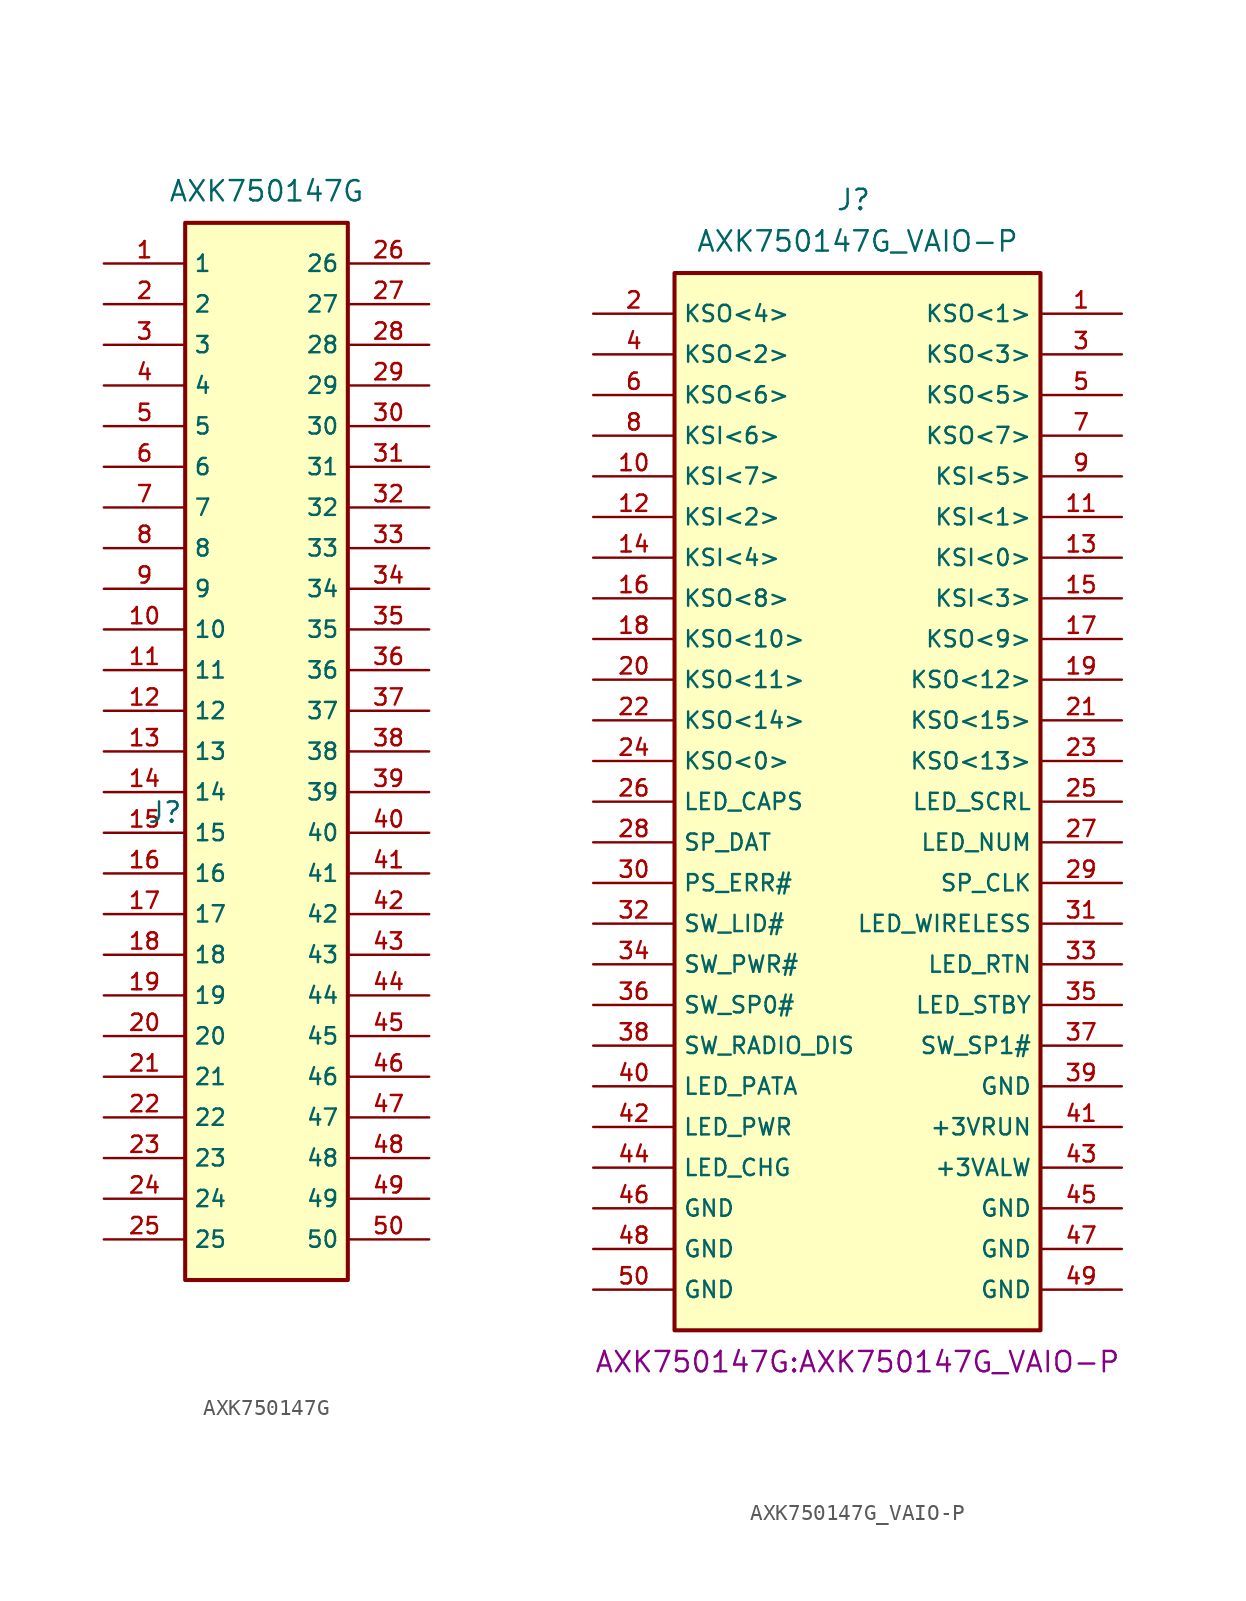
<source format=kicad_sym>
(kicad_symbol_lib
  (version 20231120)
  (generator "kicad_symbol_editor")
  (generator_version "8.0")
  (symbol "AXK750147G"
    (property "Reference" "J"
      (at -6.35 -3.81 0)
      (effects (font (size 1.27 1.27))))
    (property "Value" "AXK750147G"
      (at 0 35 0)
      (effects (font (size 1.27 1.27))))
    (symbol "AXK750147G_0_0"
      (rectangle (start -5.08 33.02) (end 5.08 -33.02) (stroke (width 0.254) (type default)) (fill (type background)))
      (pin passive line (at -10.16 30.48 0) (length 5.08) (name "1" (effects (font (size 1.016 1.016)))) (number "1" (effects (font (size 1.016 1.016)))))
      (pin passive line (at -10.16 7.62 0) (length 5.08) (name "10" (effects (font (size 1.016 1.016)))) (number "10" (effects (font (size 1.016 1.016)))))
      (pin passive line (at -10.16 5.08 0) (length 5.08) (name "11" (effects (font (size 1.016 1.016)))) (number "11" (effects (font (size 1.016 1.016)))))
      (pin passive line (at -10.16 2.54 0) (length 5.08) (name "12" (effects (font (size 1.016 1.016)))) (number "12" (effects (font (size 1.016 1.016)))))
      (pin passive line (at -10.16 0 0) (length 5.08) (name "13" (effects (font (size 1.016 1.016)))) (number "13" (effects (font (size 1.016 1.016)))))
      (pin passive line (at -10.16 -2.54 0) (length 5.08) (name "14" (effects (font (size 1.016 1.016)))) (number "14" (effects (font (size 1.016 1.016)))))
      (pin passive line (at -10.16 -5.08 0) (length 5.08) (name "15" (effects (font (size 1.016 1.016)))) (number "15" (effects (font (size 1.016 1.016)))))
      (pin passive line (at -10.16 -7.62 0) (length 5.08) (name "16" (effects (font (size 1.016 1.016)))) (number "16" (effects (font (size 1.016 1.016)))))
      (pin passive line (at -10.16 -10.16 0) (length 5.08) (name "17" (effects (font (size 1.016 1.016)))) (number "17" (effects (font (size 1.016 1.016)))))
      (pin passive line (at -10.16 -12.7 0) (length 5.08) (name "18" (effects (font (size 1.016 1.016)))) (number "18" (effects (font (size 1.016 1.016)))))
      (pin passive line (at -10.16 -15.24 0) (length 5.08) (name "19" (effects (font (size 1.016 1.016)))) (number "19" (effects (font (size 1.016 1.016)))))
      (pin passive line (at -10.16 27.94 0) (length 5.08) (name "2" (effects (font (size 1.016 1.016)))) (number "2" (effects (font (size 1.016 1.016)))))
      (pin passive line (at -10.16 -17.78 0) (length 5.08) (name "20" (effects (font (size 1.016 1.016)))) (number "20" (effects (font (size 1.016 1.016)))))
      (pin passive line (at -10.16 -20.32 0) (length 5.08) (name "21" (effects (font (size 1.016 1.016)))) (number "21" (effects (font (size 1.016 1.016)))))
      (pin passive line (at -10.16 -22.86 0) (length 5.08) (name "22" (effects (font (size 1.016 1.016)))) (number "22" (effects (font (size 1.016 1.016)))))
      (pin passive line (at -10.16 -25.4 0) (length 5.08) (name "23" (effects (font (size 1.016 1.016)))) (number "23" (effects (font (size 1.016 1.016)))))
      (pin passive line (at -10.16 -27.94 0) (length 5.08) (name "24" (effects (font (size 1.016 1.016)))) (number "24" (effects (font (size 1.016 1.016)))))
      (pin passive line (at -10.16 25.4 0) (length 5.08) (name "3" (effects (font (size 1.016 1.016)))) (number "3" (effects (font (size 1.016 1.016)))))
      (pin passive line (at -10.16 22.86 0) (length 5.08) (name "4" (effects (font (size 1.016 1.016)))) (number "4" (effects (font (size 1.016 1.016)))))
      (pin passive line (at -10.16 20.32 0) (length 5.08) (name "5" (effects (font (size 1.016 1.016)))) (number "5" (effects (font (size 1.016 1.016)))))
      (pin passive line (at -10.16 17.78 0) (length 5.08) (name "6" (effects (font (size 1.016 1.016)))) (number "6" (effects (font (size 1.016 1.016)))))
      (pin passive line (at -10.16 15.24 0) (length 5.08) (name "7" (effects (font (size 1.016 1.016)))) (number "7" (effects (font (size 1.016 1.016)))))
      (pin passive line (at -10.16 12.7 0) (length 5.08) (name "8" (effects (font (size 1.016 1.016)))) (number "8" (effects (font (size 1.016 1.016)))))
      (pin passive line (at -10.16 10.16 0) (length 5.08) (name "9" (effects (font (size 1.016 1.016)))) (number "9" (effects (font (size 1.016 1.016))))))
    (symbol "AXK750147G_1_0"
      (pin passive line (at -10.16 -30.48 0) (length 5.08) (name "25" (effects (font (size 1.016 1.016)))) (number "25" (effects (font (size 1.016 1.016)))))
      (pin passive line (at 10.16 30.48 180) (length 5.08) (name "26" (effects (font (size 1.016 1.016)))) (number "26" (effects (font (size 1.016 1.016)))))
      (pin passive line (at 10.16 27.94 180) (length 5.08) (name "27" (effects (font (size 1.016 1.016)))) (number "27" (effects (font (size 1.016 1.016)))))
      (pin passive line (at 10.16 25.4 180) (length 5.08) (name "28" (effects (font (size 1.016 1.016)))) (number "28" (effects (font (size 1.016 1.016)))))
      (pin passive line (at 10.16 22.86 180) (length 5.08) (name "29" (effects (font (size 1.016 1.016)))) (number "29" (effects (font (size 1.016 1.016)))))
      (pin passive line (at 10.16 20.32 180) (length 5.08) (name "30" (effects (font (size 1.016 1.016)))) (number "30" (effects (font (size 1.016 1.016)))))
      (pin passive line (at 10.16 17.78 180) (length 5.08) (name "31" (effects (font (size 1.016 1.016)))) (number "31" (effects (font (size 1.016 1.016)))))
      (pin passive line (at 10.16 12.7 180) (length 5.08) (name "33" (effects (font (size 1.016 1.016)))) (number "33" (effects (font (size 1.016 1.016)))))
      (pin passive line (at 10.16 10.16 180) (length 5.08) (name "34" (effects (font (size 1.016 1.016)))) (number "34" (effects (font (size 1.016 1.016)))))
      (pin passive line (at 10.16 7.62 180) (length 5.08) (name "35" (effects (font (size 1.016 1.016)))) (number "35" (effects (font (size 1.016 1.016)))))
      (pin passive line (at 10.16 5.08 180) (length 5.08) (name "36" (effects (font (size 1.016 1.016)))) (number "36" (effects (font (size 1.016 1.016)))))
      (pin passive line (at 10.16 2.54 180) (length 5.08) (name "37" (effects (font (size 1.016 1.016)))) (number "37" (effects (font (size 1.016 1.016)))))
      (pin passive line (at 10.16 0 180) (length 5.08) (name "38" (effects (font (size 1.016 1.016)))) (number "38" (effects (font (size 1.016 1.016)))))
      (pin passive line (at 10.16 -2.54 180) (length 5.08) (name "39" (effects (font (size 1.016 1.016)))) (number "39" (effects (font (size 1.016 1.016)))))
      (pin passive line (at 10.16 -5.08 180) (length 5.08) (name "40" (effects (font (size 1.016 1.016)))) (number "40" (effects (font (size 1.016 1.016)))))
      (pin passive line (at 10.16 -7.62 180) (length 5.08) (name "41" (effects (font (size 1.016 1.016)))) (number "41" (effects (font (size 1.016 1.016)))))
      (pin passive line (at 10.16 -10.16 180) (length 5.08) (name "42" (effects (font (size 1.016 1.016)))) (number "42" (effects (font (size 1.016 1.016)))))
      (pin passive line (at 10.16 -12.7 180) (length 5.08) (name "43" (effects (font (size 1.016 1.016)))) (number "43" (effects (font (size 1.016 1.016)))))
      (pin passive line (at 10.16 -15.24 180) (length 5.08) (name "44" (effects (font (size 1.016 1.016)))) (number "44" (effects (font (size 1.016 1.016)))))
      (pin passive line (at 10.16 -17.78 180) (length 5.08) (name "45" (effects (font (size 1.016 1.016)))) (number "45" (effects (font (size 1.016 1.016)))))
      (pin passive line (at 10.16 -20.32 180) (length 5.08) (name "46" (effects (font (size 1.016 1.016)))) (number "46" (effects (font (size 1.016 1.016)))))
      (pin passive line (at 10.16 -22.86 180) (length 5.08) (name "47" (effects (font (size 1.016 1.016)))) (number "47" (effects (font (size 1.016 1.016)))))
      (pin passive line (at 10.16 -25.4 180) (length 5.08) (name "48" (effects (font (size 1.016 1.016)))) (number "48" (effects (font (size 1.016 1.016)))))
      (pin passive line (at 10.16 -27.94 180) (length 5.08) (name "49" (effects (font (size 1.016 1.016)))) (number "49" (effects (font (size 1.016 1.016)))))
      (pin passive line (at 10.16 -30.48 180) (length 5.08) (name "50" (effects (font (size 1.016 1.016)))) (number "50" (effects (font (size 1.016 1.016))))))
    (symbol "AXK750147G_1_1"
      (pin passive line (at 10.16 15.24 180) (length 5.08) (name "32" (effects (font (size 1.016 1.016)))) (number "32" (effects (font (size 1.016 1.016)))))))
  (symbol "AXK750147G_VAIO-P"
    (property "Reference" "J"
      (at -0.254 37.592 0)
      (effects (font (size 1.27 1.27))))
    (property "Value" "AXK750147G_VAIO-P"
      (at 0 35 0)
      (effects (font (size 1.27 1.27))))
    (property "Footprint" "AXK750147G:AXK750147G_VAIO-P"
      (at 0 -35 0)
      (effects (font (size 1.27 1.27))))
    (symbol "AXK750147G_VAIO-P_0_0"
      (rectangle (start -11.43 -33.02) (end 11.43 33.02) (stroke (width 0.254) (type default)) (fill (type background))))
    (symbol "AXK750147G_VAIO-P_1_0"
      (pin passive line (at 16.51 30.48 180) (length 5.08) (name "KSO<1>" (effects (font (size 1.016 1.016)))) (number "1" (effects (font (size 1.016 1.016)))))
      (pin passive line (at -16.51 20.32 0) (length 5.08) (name "KSI<7>" (effects (font (size 1.016 1.016)))) (number "10" (effects (font (size 1.016 1.016)))))
      (pin passive line (at 16.51 17.78 180) (length 5.08) (name "KSI<1>" (effects (font (size 1.016 1.016)))) (number "11" (effects (font (size 1.016 1.016)))))
      (pin passive line (at -16.51 17.78 0) (length 5.08) (name "KSI<2>" (effects (font (size 1.016 1.016)))) (number "12" (effects (font (size 1.016 1.016)))))
      (pin passive line (at 16.51 15.24 180) (length 5.08) (name "KSI<0>" (effects (font (size 1.016 1.016)))) (number "13" (effects (font (size 1.016 1.016)))))
      (pin passive line (at -16.51 15.24 0) (length 5.08) (name "KSI<4>" (effects (font (size 1.016 1.016)))) (number "14" (effects (font (size 1.016 1.016)))))
      (pin passive line (at 16.51 12.7 180) (length 5.08) (name "KSI<3>" (effects (font (size 1.016 1.016)))) (number "15" (effects (font (size 1.016 1.016)))))
      (pin passive line (at -16.51 12.7 0) (length 5.08) (name "KSO<8>" (effects (font (size 1.016 1.016)))) (number "16" (effects (font (size 1.016 1.016)))))
      (pin passive line (at 16.51 10.16 180) (length 5.08) (name "KSO<9>" (effects (font (size 1.016 1.016)))) (number "17" (effects (font (size 1.016 1.016)))))
      (pin passive line (at -16.51 10.16 0) (length 5.08) (name "KSO<10>" (effects (font (size 1.016 1.016)))) (number "18" (effects (font (size 1.016 1.016)))))
      (pin passive line (at 16.51 7.62 180) (length 5.08) (name "KSO<12>" (effects (font (size 1.016 1.016)))) (number "19" (effects (font (size 1.016 1.016)))))
      (pin passive line (at -16.51 30.48 0) (length 5.08) (name "KSO<4>" (effects (font (size 1.016 1.016)))) (number "2" (effects (font (size 1.016 1.016)))))
      (pin passive line (at -16.51 7.62 0) (length 5.08) (name "KSO<11>" (effects (font (size 1.016 1.016)))) (number "20" (effects (font (size 1.016 1.016)))))
      (pin passive line (at 16.51 5.08 180) (length 5.08) (name "KSO<15>" (effects (font (size 1.016 1.016)))) (number "21" (effects (font (size 1.016 1.016)))))
      (pin passive line (at -16.51 5.08 0) (length 5.08) (name "KSO<14>" (effects (font (size 1.016 1.016)))) (number "22" (effects (font (size 1.016 1.016)))))
      (pin passive line (at 16.51 2.54 180) (length 5.08) (name "KSO<13>" (effects (font (size 1.016 1.016)))) (number "23" (effects (font (size 1.016 1.016)))))
      (pin passive line (at -16.51 2.54 0) (length 5.08) (name "KSO<0>" (effects (font (size 1.016 1.016)))) (number "24" (effects (font (size 1.016 1.016)))))
      (pin passive line (at 16.51 0 180) (length 5.08) (name "LED_SCRL" (effects (font (size 1.016 1.016)))) (number "25" (effects (font (size 1.016 1.016)))))
      (pin passive line (at -16.51 0 0) (length 5.08) (name "LED_CAPS" (effects (font (size 1.016 1.016)))) (number "26" (effects (font (size 1.016 1.016)))))
      (pin passive line (at 16.51 -2.54 180) (length 5.08) (name "LED_NUM" (effects (font (size 1.016 1.016)))) (number "27" (effects (font (size 1.016 1.016)))))
      (pin passive line (at -16.51 -2.54 0) (length 5.08) (name "SP_DAT" (effects (font (size 1.016 1.016)))) (number "28" (effects (font (size 1.016 1.016)))))
      (pin passive line (at 16.51 -5.08 180) (length 5.08) (name "SP_CLK" (effects (font (size 1.016 1.016)))) (number "29" (effects (font (size 1.016 1.016)))))
      (pin passive line (at 16.51 27.94 180) (length 5.08) (name "KSO<3>" (effects (font (size 1.016 1.016)))) (number "3" (effects (font (size 1.016 1.016)))))
      (pin passive line (at -16.51 -5.08 0) (length 5.08) (name "PS_ERR#" (effects (font (size 1.016 1.016)))) (number "30" (effects (font (size 1.016 1.016)))))
      (pin passive line (at 16.51 -7.62 180) (length 5.08) (name "LED_WIRELESS" (effects (font (size 1.016 1.016)))) (number "31" (effects (font (size 1.016 1.016)))))
      (pin passive line (at 16.51 -10.16 180) (length 5.08) (name "LED_RTN" (effects (font (size 1.016 1.016)))) (number "33" (effects (font (size 1.016 1.016)))))
      (pin passive line (at -16.51 -10.16 0) (length 5.08) (name "SW_PWR#" (effects (font (size 1.016 1.016)))) (number "34" (effects (font (size 1.016 1.016)))))
      (pin passive line (at 16.51 -12.7 180) (length 5.08) (name "LED_STBY" (effects (font (size 1.016 1.016)))) (number "35" (effects (font (size 1.016 1.016)))))
      (pin passive line (at -16.51 -12.7 0) (length 5.08) (name "SW_SP0#" (effects (font (size 1.016 1.016)))) (number "36" (effects (font (size 1.016 1.016)))))
      (pin passive line (at 16.51 -15.24 180) (length 5.08) (name "SW_SP1#" (effects (font (size 1.016 1.016)))) (number "37" (effects (font (size 1.016 1.016)))))
      (pin passive line (at -16.51 -15.24 0) (length 5.08) (name "SW_RADIO_DIS" (effects (font (size 1.016 1.016)))) (number "38" (effects (font (size 1.016 1.016)))))
      (pin passive line (at 16.51 -17.78 180) (length 5.08) (name "GND" (effects (font (size 1.016 1.016)))) (number "39" (effects (font (size 1.016 1.016)))))
      (pin passive line (at -16.51 27.94 0) (length 5.08) (name "KSO<2>" (effects (font (size 1.016 1.016)))) (number "4" (effects (font (size 1.016 1.016)))))
      (pin passive line (at -16.51 -17.78 0) (length 5.08) (name "LED_PATA" (effects (font (size 1.016 1.016)))) (number "40" (effects (font (size 1.016 1.016)))))
      (pin passive line (at 16.51 -20.32 180) (length 5.08) (name "+3VRUN" (effects (font (size 1.016 1.016)))) (number "41" (effects (font (size 1.016 1.016)))))
      (pin passive line (at -16.51 -20.32 0) (length 5.08) (name "LED_PWR" (effects (font (size 1.016 1.016)))) (number "42" (effects (font (size 1.016 1.016)))))
      (pin passive line (at 16.51 -22.86 180) (length 5.08) (name "+3VALW" (effects (font (size 1.016 1.016)))) (number "43" (effects (font (size 1.016 1.016)))))
      (pin passive line (at -16.51 -22.86 0) (length 5.08) (name "LED_CHG" (effects (font (size 1.016 1.016)))) (number "44" (effects (font (size 1.016 1.016)))))
      (pin passive line (at 16.51 -25.4 180) (length 5.08) (name "GND" (effects (font (size 1.016 1.016)))) (number "45" (effects (font (size 1.016 1.016)))))
      (pin passive line (at -16.51 -25.4 0) (length 5.08) (name "GND" (effects (font (size 1.016 1.016)))) (number "46" (effects (font (size 1.016 1.016)))))
      (pin passive line (at 16.51 -27.94 180) (length 5.08) (name "GND" (effects (font (size 1.016 1.016)))) (number "47" (effects (font (size 1.016 1.016)))))
      (pin passive line (at -16.51 -27.94 0) (length 5.08) (name "GND" (effects (font (size 1.016 1.016)))) (number "48" (effects (font (size 1.016 1.016)))))
      (pin passive line (at 16.51 -30.48 180) (length 5.08) (name "GND" (effects (font (size 1.016 1.016)))) (number "49" (effects (font (size 1.016 1.016)))))
      (pin passive line (at 16.51 25.4 180) (length 5.08) (name "KSO<5>" (effects (font (size 1.016 1.016)))) (number "5" (effects (font (size 1.016 1.016)))))
      (pin passive line (at -16.51 -30.48 0) (length 5.08) (name "GND" (effects (font (size 1.016 1.016)))) (number "50" (effects (font (size 1.016 1.016)))))
      (pin passive line (at -16.51 25.4 0) (length 5.08) (name "KSO<6>" (effects (font (size 1.016 1.016)))) (number "6" (effects (font (size 1.016 1.016)))))
      (pin passive line (at 16.51 22.86 180) (length 5.08) (name "KSO<7>" (effects (font (size 1.016 1.016)))) (number "7" (effects (font (size 1.016 1.016)))))
      (pin passive line (at -16.51 22.86 0) (length 5.08) (name "KSI<6>" (effects (font (size 1.016 1.016)))) (number "8" (effects (font (size 1.016 1.016)))))
      (pin passive line (at 16.51 20.32 180) (length 5.08) (name "KSI<5>" (effects (font (size 1.016 1.016)))) (number "9" (effects (font (size 1.016 1.016))))))
    (symbol "AXK750147G_VAIO-P_1_1"
      (pin passive line (at -16.51 -7.62 0) (length 5.08) (name "SW_LID#" (effects (font (size 1.016 1.016)))) (number "32" (effects (font (size 1.016 1.016))))))))
</source>
